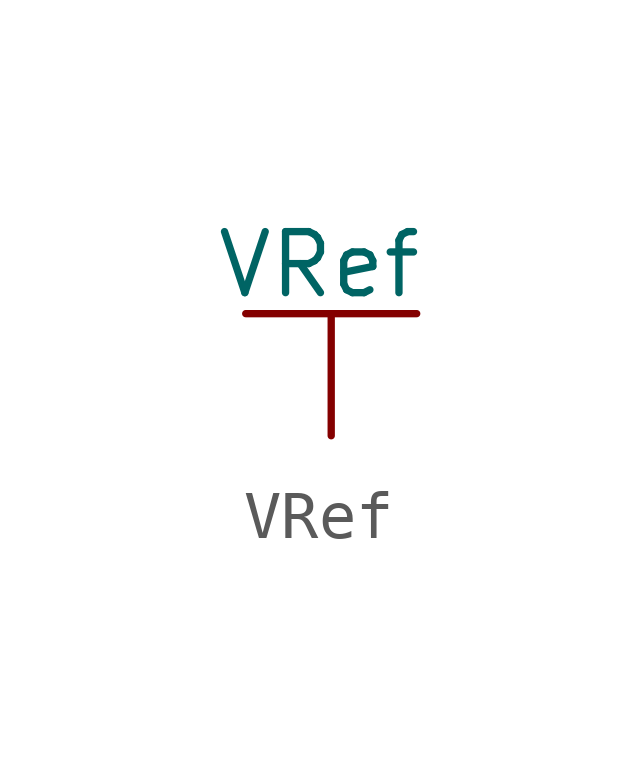
<source format=kicad_sym>
(kicad_symbol_lib
  (version 20231120)
  (generator "kicad_symbol_editor")
  (generator_version "8.0")
  (symbol "VRef"
    (power)
    (pin_numbers hide)
    (pin_names
      (offset 0) hide)
    (property "Reference" "#PWR"
      (at 0 -3.81 0)
      (effects (font (size 1.27 1.27)) (hide yes)))
    (property "Value" "VRef"
      (at -0.254 3.556 0)
      (effects (font (size 1.27 1.27))))
    (property "Footprint" ""
      (at 0 0 0)
      (effects (font (size 1.524 1.524))))
    (property "Datasheet" ""
      (at 0 0 0)
      (effects (font (size 1.524 1.524))))
    (symbol "VRef_0_1"
      (polyline (pts (xy -1.778 2.54) (xy 0 2.54)) (stroke (width 0) (type default)) (fill (type none)))
      (polyline (pts (xy 0 0) (xy 0 2.54)) (stroke (width 0) (type default)) (fill (type none)))
      (polyline (pts (xy 0 2.54) (xy 1.778 2.54)) (stroke (width 0) (type default)) (fill (type none))))
    (symbol "VRef_1_1"
      (pin power_in line (at 0 0 90) (length 0) hide (name "VRef" (effects (font (size 1.27 1.27)))) (number "1" (effects (font (size 1.27 1.27))))))))
</source>
